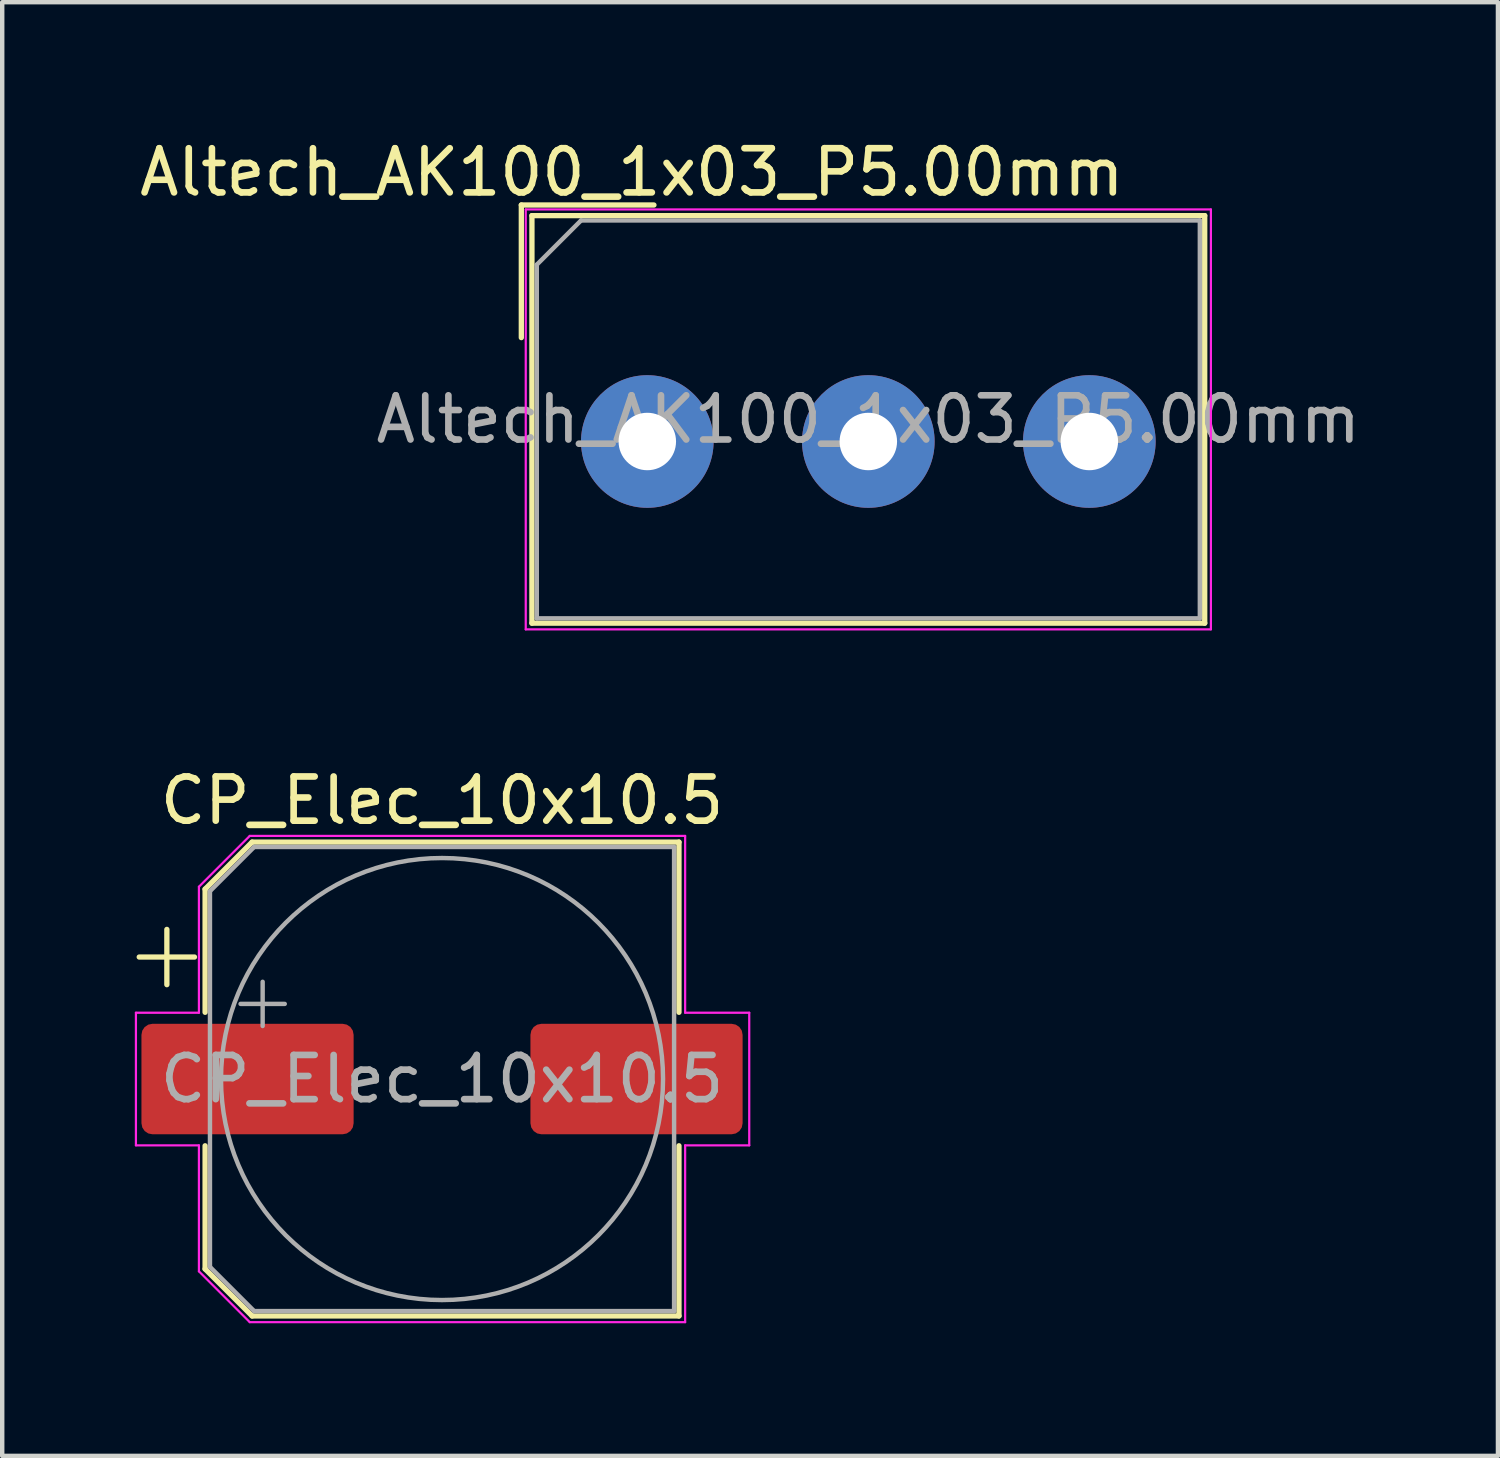
<source format=kicad_pcb>
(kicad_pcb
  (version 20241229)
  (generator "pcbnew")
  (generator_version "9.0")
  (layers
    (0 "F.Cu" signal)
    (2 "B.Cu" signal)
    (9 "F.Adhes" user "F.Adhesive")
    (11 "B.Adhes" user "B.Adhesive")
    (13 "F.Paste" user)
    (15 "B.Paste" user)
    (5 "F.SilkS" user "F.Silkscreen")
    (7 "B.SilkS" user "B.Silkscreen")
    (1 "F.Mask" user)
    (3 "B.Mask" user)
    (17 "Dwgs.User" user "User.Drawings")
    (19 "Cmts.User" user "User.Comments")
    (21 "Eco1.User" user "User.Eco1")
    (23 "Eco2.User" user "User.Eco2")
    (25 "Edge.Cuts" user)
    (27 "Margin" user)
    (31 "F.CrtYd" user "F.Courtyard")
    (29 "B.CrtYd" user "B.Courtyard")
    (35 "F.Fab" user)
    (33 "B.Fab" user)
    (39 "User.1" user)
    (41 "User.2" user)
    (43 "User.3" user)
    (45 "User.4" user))
  (footprint "Altech_AK100_1x03_P5.00mm"
    (layer "F.Cu")
    (at 11.594 6.938)
    (property "Reference" "Altech_AK100_1x03_P5.00mm" (at -0.35 -6.09 180) (layer "F.SilkS") (effects (font (size 1 1) (thickness 0.15))))
    (attr through_hole)
    (fp_line (start -2.85 -5.35) (end 0.15 -5.35) (stroke (width 0.12) (type solid)) (layer "F.SilkS"))
    (fp_line (start -2.85 -2.35) (end -2.85 -5.35) (stroke (width 0.12) (type solid)) (layer "F.SilkS"))
    (fp_line (start -2.61 -5.11) (end -2.61 4.11) (stroke (width 0.12) (type solid)) (layer "F.SilkS"))
    (fp_line (start -2.61 -5.11) (end 12.61 -5.11) (stroke (width 0.12) (type solid)) (layer "F.SilkS"))
    (fp_line (start -2.61 4.11) (end 12.61 4.11) (stroke (width 0.12) (type solid)) (layer "F.SilkS"))
    (fp_line (start 12.61 -5.11) (end 12.61 4.11) (stroke (width 0.12) (type solid)) (layer "F.SilkS"))
    (fp_line (start -2.75 -5.25) (end -2.75 4.25) (stroke (width 0.05) (type solid)) (layer "F.CrtYd"))
    (fp_line (start -2.75 -5.25) (end 12.75 -5.25) (stroke (width 0.05) (type solid)) (layer "F.CrtYd"))
    (fp_line (start -2.75 4.25) (end 12.75 4.25) (stroke (width 0.05) (type solid)) (layer "F.CrtYd"))
    (fp_line (start 12.75 -5.25) (end 12.75 4.25) (stroke (width 0.05) (type solid)) (layer "F.CrtYd"))
    (fp_line (start -2.5 -4) (end -1.5 -5) (stroke (width 0.1) (type solid)) (layer "F.Fab"))
    (fp_line (start -2.5 4) (end -2.5 -4) (stroke (width 0.1) (type solid)) (layer "F.Fab"))
    (fp_line (start -1.5 -5) (end 12.5 -5) (stroke (width 0.1) (type solid)) (layer "F.Fab"))
    (fp_line (start 12.5 -5) (end 12.5 4) (stroke (width 0.1) (type solid)) (layer "F.Fab"))
    (fp_line (start 12.5 4) (end -2.5 4) (stroke (width 0.1) (type solid)) (layer "F.Fab"))
    (fp_text user "${REFERENCE}" (at 5 -0.5 180) (layer "F.Fab") (effects (font (size 1 1) (thickness 0.15))))
    (pad "1" thru_hole circle (at 0 0) (size 3 3) (drill 1.3) (layers "*.Cu" "*.Mask"))
    (pad "2" thru_hole circle (at 5 0) (size 3 3) (drill 1.3) (layers "*.Cu" "*.Mask"))
    (pad "3" thru_hole circle (at 10 0) (size 3 3) (drill 1.3) (layers "*.Cu" "*.Mask")))
  (footprint "CP_Elec_10x10.5"
    (layer "F.Cu")
    (at 6.95 21.361)
    (property "Reference" "CP_Elec_10x10.5" (at 0 -6.3 0) (layer "F.SilkS") (effects (font (size 1 1) (thickness 0.15))))
    (attr smd)
    (fp_line (start -6.85 -2.76) (end -5.6 -2.76) (stroke (width 0.12) (type solid)) (layer "F.SilkS"))
    (fp_line (start -6.225 -3.385) (end -6.225 -2.135) (stroke (width 0.12) (type solid)) (layer "F.SilkS"))
    (fp_line (start -5.36 -4.296) (end -5.36 -1.51) (stroke (width 0.12) (type solid)) (layer "F.SilkS"))
    (fp_line (start -5.36 -4.296) (end -4.296 -5.36) (stroke (width 0.12) (type solid)) (layer "F.SilkS"))
    (fp_line (start -5.36 4.296) (end -5.36 1.51) (stroke (width 0.12) (type solid)) (layer "F.SilkS"))
    (fp_line (start -5.36 4.296) (end -4.296 5.36) (stroke (width 0.12) (type solid)) (layer "F.SilkS"))
    (fp_line (start -4.296 -5.36) (end 5.36 -5.36) (stroke (width 0.12) (type solid)) (layer "F.SilkS"))
    (fp_line (start -4.296 5.36) (end 5.36 5.36) (stroke (width 0.12) (type solid)) (layer "F.SilkS"))
    (fp_line (start 5.36 -5.36) (end 5.36 -1.51) (stroke (width 0.12) (type solid)) (layer "F.SilkS"))
    (fp_line (start 5.36 5.36) (end 5.36 1.51) (stroke (width 0.12) (type solid)) (layer "F.SilkS"))
    (fp_line (start -6.925 -1.5) (end -6.925 1.5) (stroke (width 0.05) (type solid)) (layer "F.CrtYd"))
    (fp_line (start -6.925 1.5) (end -5.5 1.5) (stroke (width 0.05) (type solid)) (layer "F.CrtYd"))
    (fp_line (start -5.5 -4.35) (end -5.5 -1.5) (stroke (width 0.05) (type solid)) (layer "F.CrtYd"))
    (fp_line (start -5.5 -4.35) (end -4.35 -5.5) (stroke (width 0.05) (type solid)) (layer "F.CrtYd"))
    (fp_line (start -5.5 -1.5) (end -6.925 -1.5) (stroke (width 0.05) (type solid)) (layer "F.CrtYd"))
    (fp_line (start -5.5 1.5) (end -5.5 4.35) (stroke (width 0.05) (type solid)) (layer "F.CrtYd"))
    (fp_line (start -5.5 4.35) (end -4.35 5.5) (stroke (width 0.05) (type solid)) (layer "F.CrtYd"))
    (fp_line (start -4.35 -5.5) (end 5.5 -5.5) (stroke (width 0.05) (type solid)) (layer "F.CrtYd"))
    (fp_line (start -4.35 5.5) (end 5.5 5.5) (stroke (width 0.05) (type solid)) (layer "F.CrtYd"))
    (fp_line (start 5.5 -5.5) (end 5.5 -1.5) (stroke (width 0.05) (type solid)) (layer "F.CrtYd"))
    (fp_line (start 5.5 -1.5) (end 6.95 -1.5) (stroke (width 0.05) (type solid)) (layer "F.CrtYd"))
    (fp_line (start 5.5 1.5) (end 5.5 5.5) (stroke (width 0.05) (type solid)) (layer "F.CrtYd"))
    (fp_line (start 6.95 -1.5) (end 6.95 1.5) (stroke (width 0.05) (type solid)) (layer "F.CrtYd"))
    (fp_line (start 6.95 1.5) (end 5.5 1.5) (stroke (width 0.05) (type solid)) (layer "F.CrtYd"))
    (fp_line (start -5.25 -4.25) (end -5.25 4.25) (stroke (width 0.1) (type solid)) (layer "F.Fab"))
    (fp_line (start -5.25 -4.25) (end -4.25 -5.25) (stroke (width 0.1) (type solid)) (layer "F.Fab"))
    (fp_line (start -5.25 4.25) (end -4.25 5.25) (stroke (width 0.1) (type solid)) (layer "F.Fab"))
    (fp_line (start -4.558 -1.7) (end -3.558 -1.7) (stroke (width 0.1) (type solid)) (layer "F.Fab"))
    (fp_line (start -4.25 -5.25) (end 5.25 -5.25) (stroke (width 0.1) (type solid)) (layer "F.Fab"))
    (fp_line (start -4.25 5.25) (end 5.25 5.25) (stroke (width 0.1) (type solid)) (layer "F.Fab"))
    (fp_line (start -4.058 -2.2) (end -4.058 -1.2) (stroke (width 0.1) (type solid)) (layer "F.Fab"))
    (fp_line (start 5.25 -5.25) (end 5.25 5.25) (stroke (width 0.1) (type solid)) (layer "F.Fab"))
    (fp_circle (center 0 0) (end 5 0) (stroke (width 0.1) (type solid)) (fill no) (layer "F.Fab"))
    (fp_text user "${REFERENCE}" (at 0 0 0) (layer "F.Fab") (effects (font (size 1 1) (thickness 0.15))))
    (pad "1" smd roundrect (at -4.4 0) (size 4.8 2.5) (layers "F.Cu" "F.Mask" "F.Paste") (roundrect_rratio 0.1))
    (pad "2" smd roundrect (at 4.4 0) (size 4.8 2.5) (layers "F.Cu" "F.Mask" "F.Paste") (roundrect_rratio 0.1)))
  (gr_rect
    (start -3 -3)
    (end 30.838 29.887)
    (stroke (width 0.1) (type default))
    (fill no)
    (layer "Edge.Cuts")))
</source>
